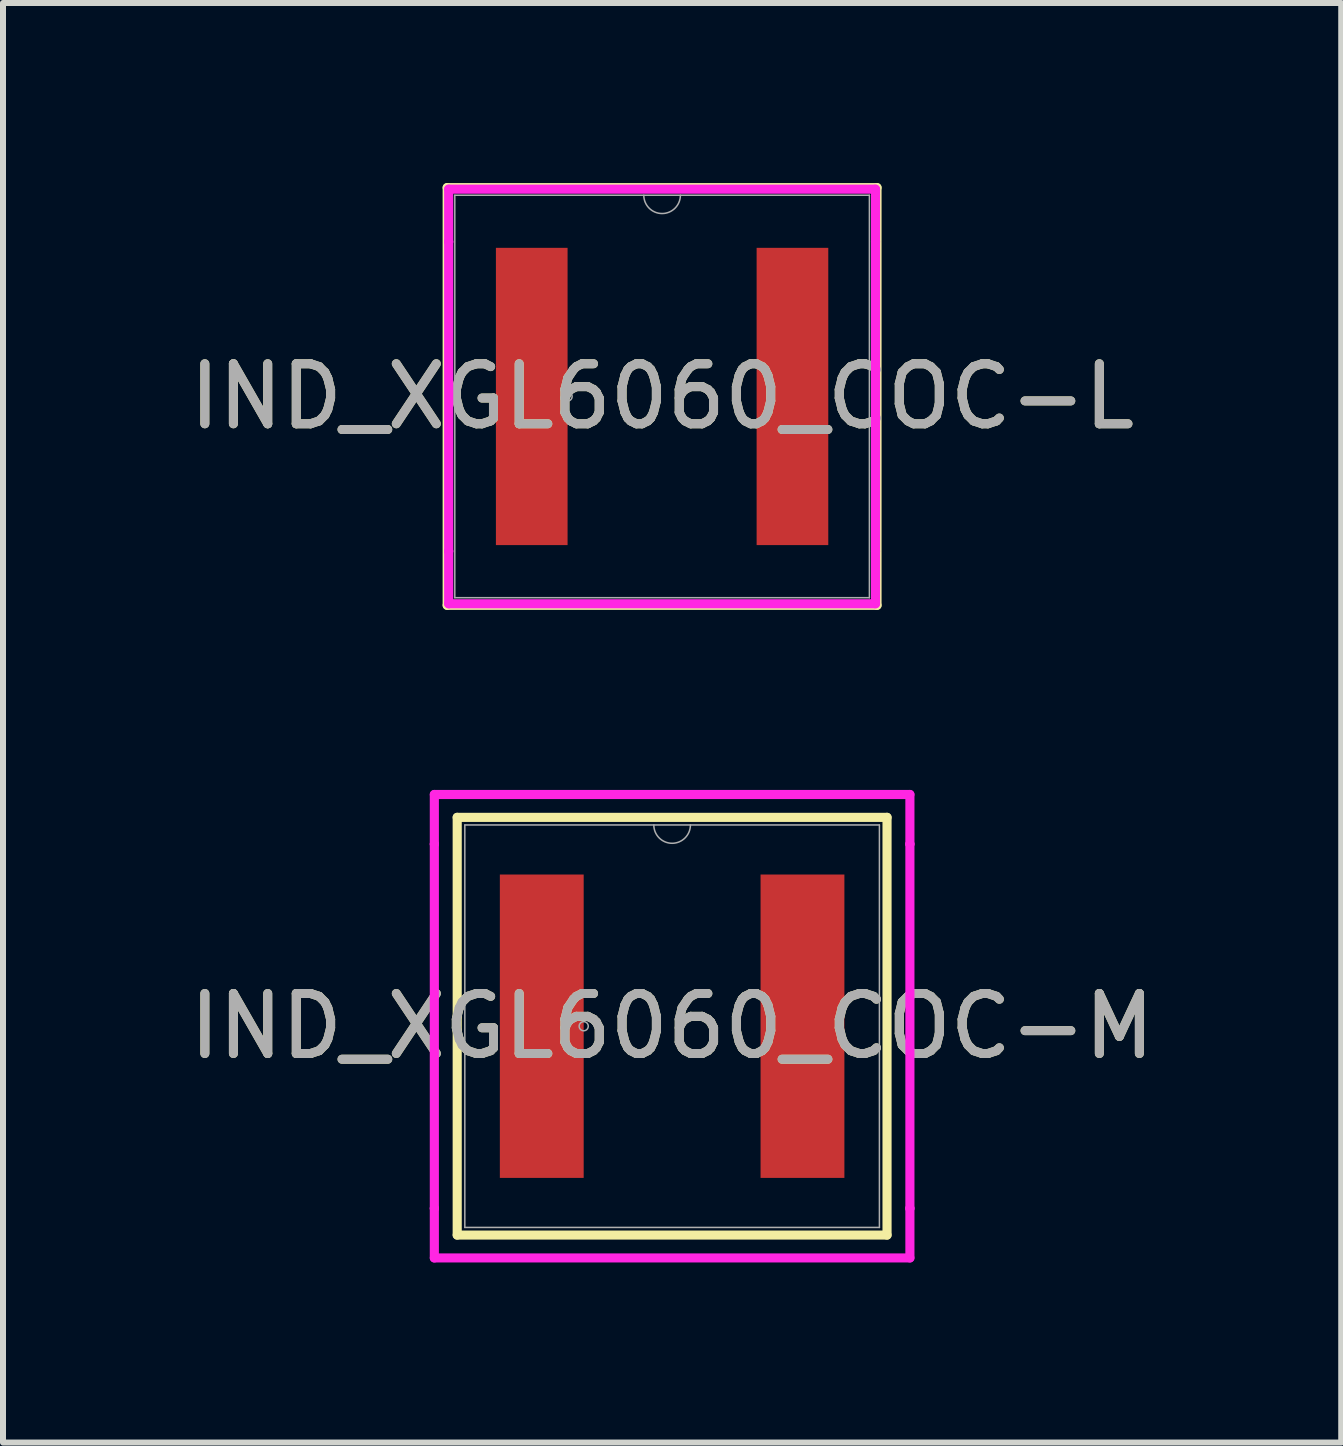
<source format=kicad_pcb>
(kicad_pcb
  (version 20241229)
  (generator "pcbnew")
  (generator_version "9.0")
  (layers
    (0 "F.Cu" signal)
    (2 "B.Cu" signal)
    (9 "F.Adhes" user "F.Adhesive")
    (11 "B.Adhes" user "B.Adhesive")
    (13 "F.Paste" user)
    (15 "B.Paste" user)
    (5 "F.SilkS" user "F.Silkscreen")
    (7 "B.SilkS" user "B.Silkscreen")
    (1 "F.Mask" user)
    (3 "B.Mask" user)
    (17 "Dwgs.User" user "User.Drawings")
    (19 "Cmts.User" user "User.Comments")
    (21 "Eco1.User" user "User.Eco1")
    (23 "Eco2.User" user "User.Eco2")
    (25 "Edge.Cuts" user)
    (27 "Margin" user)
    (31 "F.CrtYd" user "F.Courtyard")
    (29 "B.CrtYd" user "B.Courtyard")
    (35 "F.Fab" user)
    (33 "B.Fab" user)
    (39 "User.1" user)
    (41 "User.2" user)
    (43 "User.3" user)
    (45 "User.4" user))
  (footprint "IND_XGL6060_COC-M"
    (layer "F.Cu")
    (at 8.149 14.049)
    (property "Reference" "IND_XGL6060_COC-M" (at 0 0 0) (unlocked yes) (layer "F.SilkS") (effects (font (size 1 1) (thickness 0.15))))
    (attr smd)
    (fp_line (start -3.581 -3.48) (end -3.581 3.48) (stroke (width 0.152) (type solid)) (layer "F.SilkS"))
    (fp_line (start -3.581 3.48) (end 3.581 3.48) (stroke (width 0.152) (type solid)) (layer "F.SilkS"))
    (fp_line (start 3.581 -3.48) (end -3.581 -3.48) (stroke (width 0.152) (type solid)) (layer "F.SilkS"))
    (fp_line (start 3.581 3.48) (end 3.581 -3.48) (stroke (width 0.152) (type solid)) (layer "F.SilkS"))
    (fp_line (start -3.962 -3.861) (end 3.962 -3.861) (stroke (width 0.152) (type solid)) (layer "F.CrtYd"))
    (fp_line (start -3.962 -3.035) (end -3.962 -3.861) (stroke (width 0.152) (type solid)) (layer "F.CrtYd"))
    (fp_line (start -3.962 -3.035) (end -3.962 -3.035) (stroke (width 0.152) (type solid)) (layer "F.CrtYd"))
    (fp_line (start -3.962 3.035) (end -3.962 -3.035) (stroke (width 0.152) (type solid)) (layer "F.CrtYd"))
    (fp_line (start -3.962 3.035) (end -3.962 3.035) (stroke (width 0.152) (type solid)) (layer "F.CrtYd"))
    (fp_line (start -3.962 3.861) (end -3.962 3.035) (stroke (width 0.152) (type solid)) (layer "F.CrtYd"))
    (fp_line (start 3.962 -3.861) (end 3.962 -3.035) (stroke (width 0.152) (type solid)) (layer "F.CrtYd"))
    (fp_line (start 3.962 -3.035) (end 3.962 -3.035) (stroke (width 0.152) (type solid)) (layer "F.CrtYd"))
    (fp_line (start 3.962 -3.035) (end 3.962 3.035) (stroke (width 0.152) (type solid)) (layer "F.CrtYd"))
    (fp_line (start 3.962 3.035) (end 3.962 3.035) (stroke (width 0.152) (type solid)) (layer "F.CrtYd"))
    (fp_line (start 3.962 3.035) (end 3.962 3.861) (stroke (width 0.152) (type solid)) (layer "F.CrtYd"))
    (fp_line (start 3.962 3.861) (end -3.962 3.861) (stroke (width 0.152) (type solid)) (layer "F.CrtYd"))
    (fp_line (start -3.454 -3.353) (end -3.454 3.353) (stroke (width 0.025) (type solid)) (layer "F.Fab"))
    (fp_line (start -3.454 3.353) (end 3.454 3.353) (stroke (width 0.025) (type solid)) (layer "F.Fab"))
    (fp_line (start 3.454 -3.353) (end -3.454 -3.353) (stroke (width 0.025) (type solid)) (layer "F.Fab"))
    (fp_line (start 3.454 3.353) (end 3.454 -3.353) (stroke (width 0.025) (type solid)) (layer "F.Fab"))
    (fp_arc (start 0.3048 -3.3528) (mid 0 -3.048) (end -0.3048 -3.3528) (stroke (width 0.0254) (type solid)) (layer "F.Fab"))
    (fp_circle (center -1.473 0) (end -1.397 0) (stroke (width 0.025) (type solid)) (fill no) (layer "F.Fab"))
    (fp_text user "${REFERENCE}" (at 0 0 0) (unlocked yes) (layer "F.Fab") (effects (font (size 1 1) (thickness 0.15))))
    (pad "1" smd rect (at -2.172 0) (size 1.397 5.055) (layers "F.Cu" "F.Mask" "F.Paste"))
    (pad "2" smd rect (at 2.172 0) (size 1.397 5.055) (layers "F.Cu" "F.Mask" "F.Paste")))
  (footprint "IND_XGL6060_COC-L"
    (layer "F.Cu")
    (at 7.982 3.556)
    (property "Reference" "IND_XGL6060_COC-L" (at 0 0 0) (unlocked yes) (layer "F.SilkS") (effects (font (size 1 1) (thickness 0.15))))
    (attr smd)
    (fp_line (start -3.581 -3.48) (end -3.581 3.48) (stroke (width 0.152) (type solid)) (layer "F.SilkS"))
    (fp_line (start -3.581 3.48) (end 3.581 3.48) (stroke (width 0.152) (type solid)) (layer "F.SilkS"))
    (fp_line (start 3.581 -3.48) (end -3.581 -3.48) (stroke (width 0.152) (type solid)) (layer "F.SilkS"))
    (fp_line (start 3.581 3.48) (end 3.581 -3.48) (stroke (width 0.152) (type solid)) (layer "F.SilkS"))
    (fp_line (start -3.556 -3.454) (end 3.556 -3.454) (stroke (width 0.152) (type solid)) (layer "F.CrtYd"))
    (fp_line (start -3.556 -2.578) (end -3.556 -3.454) (stroke (width 0.152) (type solid)) (layer "F.CrtYd"))
    (fp_line (start -3.556 -2.578) (end -3.556 -2.578) (stroke (width 0.152) (type solid)) (layer "F.CrtYd"))
    (fp_line (start -3.556 2.578) (end -3.556 -2.578) (stroke (width 0.152) (type solid)) (layer "F.CrtYd"))
    (fp_line (start -3.556 2.578) (end -3.556 2.578) (stroke (width 0.152) (type solid)) (layer "F.CrtYd"))
    (fp_line (start -3.556 3.454) (end -3.556 2.578) (stroke (width 0.152) (type solid)) (layer "F.CrtYd"))
    (fp_line (start 3.556 -3.454) (end 3.556 -2.578) (stroke (width 0.152) (type solid)) (layer "F.CrtYd"))
    (fp_line (start 3.556 -2.578) (end 3.556 -2.578) (stroke (width 0.152) (type solid)) (layer "F.CrtYd"))
    (fp_line (start 3.556 -2.578) (end 3.556 2.578) (stroke (width 0.152) (type solid)) (layer "F.CrtYd"))
    (fp_line (start 3.556 2.578) (end 3.556 2.578) (stroke (width 0.152) (type solid)) (layer "F.CrtYd"))
    (fp_line (start 3.556 2.578) (end 3.556 3.454) (stroke (width 0.152) (type solid)) (layer "F.CrtYd"))
    (fp_line (start 3.556 3.454) (end -3.556 3.454) (stroke (width 0.152) (type solid)) (layer "F.CrtYd"))
    (fp_line (start -3.454 -3.353) (end -3.454 3.353) (stroke (width 0.025) (type solid)) (layer "F.Fab"))
    (fp_line (start -3.454 3.353) (end 3.454 3.353) (stroke (width 0.025) (type solid)) (layer "F.Fab"))
    (fp_line (start 3.454 -3.353) (end -3.454 -3.353) (stroke (width 0.025) (type solid)) (layer "F.Fab"))
    (fp_line (start 3.454 3.353) (end 3.454 -3.353) (stroke (width 0.025) (type solid)) (layer "F.Fab"))
    (fp_arc (start 0.3048 -3.3528) (mid 0 -3.048) (end -0.3048 -3.3528) (stroke (width 0.0254) (type solid)) (layer "F.Fab"))
    (fp_circle (center -1.575 0) (end -1.499 0) (stroke (width 0.025) (type solid)) (fill no) (layer "F.Fab"))
    (fp_text user "${REFERENCE}" (at 0 0 0) (unlocked yes) (layer "F.Fab") (effects (font (size 1 1) (thickness 0.15))))
    (pad "1" smd rect (at -2.172 0) (size 1.194 4.953) (layers "F.Cu" "F.Mask" "F.Paste"))
    (pad "2" smd rect (at 2.172 0) (size 1.194 4.953) (layers "F.Cu" "F.Mask" "F.Paste")))
  (gr_rect
    (start -3 -3)
    (end 19.298 20.986)
    (stroke (width 0.1) (type default))
    (fill no)
    (layer "Edge.Cuts")))
</source>
